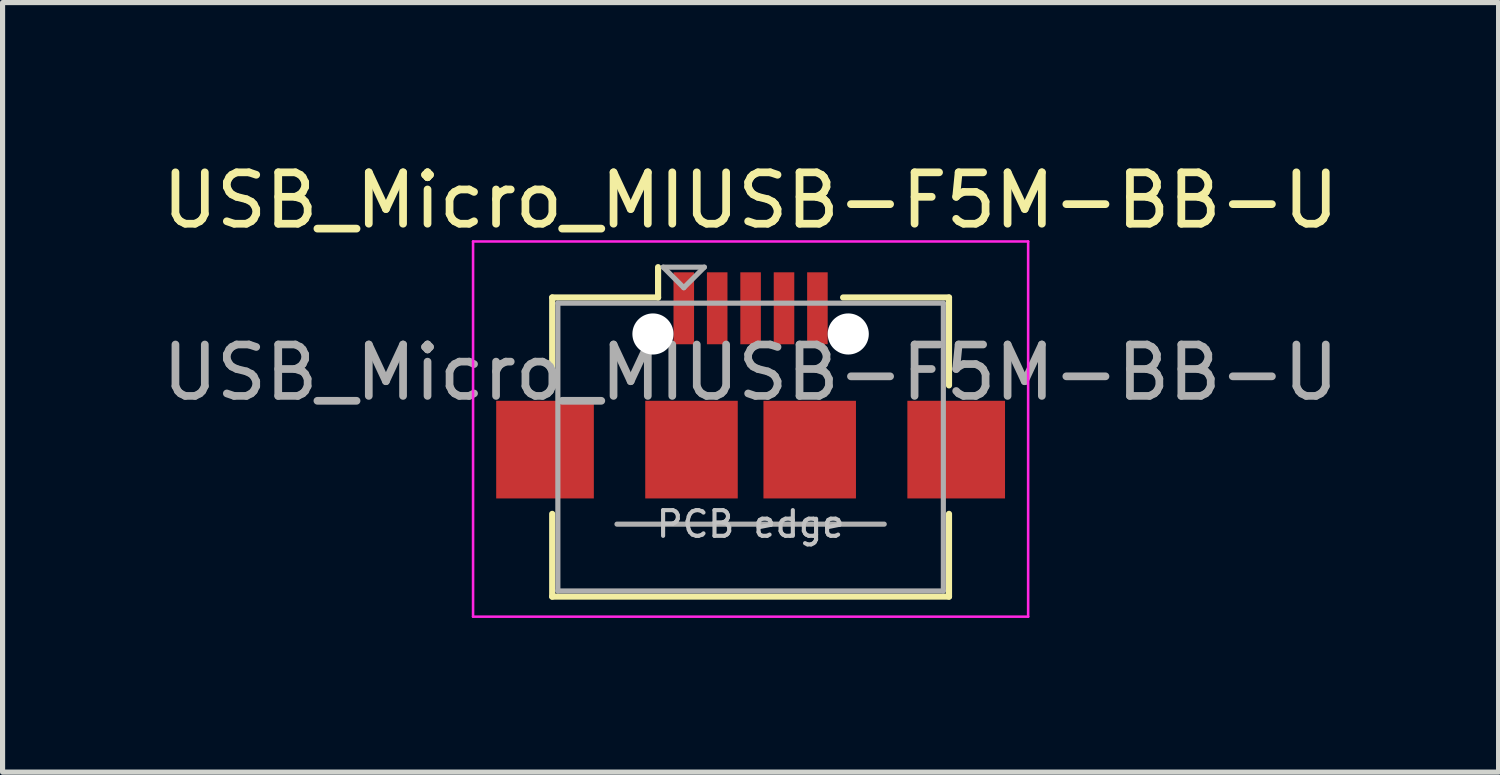
<source format=kicad_pcb>
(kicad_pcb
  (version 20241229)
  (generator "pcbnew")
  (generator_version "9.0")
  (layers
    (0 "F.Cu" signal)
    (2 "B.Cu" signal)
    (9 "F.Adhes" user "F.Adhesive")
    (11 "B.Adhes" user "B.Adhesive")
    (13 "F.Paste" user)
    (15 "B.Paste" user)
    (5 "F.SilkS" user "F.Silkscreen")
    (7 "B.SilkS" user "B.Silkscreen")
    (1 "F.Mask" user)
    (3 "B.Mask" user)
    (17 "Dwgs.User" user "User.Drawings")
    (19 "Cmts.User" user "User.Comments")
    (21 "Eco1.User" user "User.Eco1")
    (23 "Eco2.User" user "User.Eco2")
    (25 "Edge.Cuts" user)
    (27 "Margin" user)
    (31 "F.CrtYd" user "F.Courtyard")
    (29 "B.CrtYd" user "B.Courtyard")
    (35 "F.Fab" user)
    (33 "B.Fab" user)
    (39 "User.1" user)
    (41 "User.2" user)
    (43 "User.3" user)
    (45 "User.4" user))
  (footprint "USB_Micro_MIUSB-F5M-BB-U"
    (layer "F.Cu")
    (at 11.554 4.398)
    (property "Reference" "USB_Micro_MIUSB-F5M-BB-U" (at 0 -3.55 0) (layer "F.SilkS") (effects (font (size 1 1) (thickness 0.15))))
    (attr through_hole)
    (fp_line (start -3.86 -1.66) (end -1.8 -1.66) (stroke (width 0.12) (type solid)) (layer "F.SilkS"))
    (fp_line (start -3.86 0.05) (end -3.86 -1.66) (stroke (width 0.12) (type solid)) (layer "F.SilkS"))
    (fp_line (start -3.86 4.16) (end -3.86 2.55) (stroke (width 0.12) (type solid)) (layer "F.SilkS"))
    (fp_line (start -3.86 4.16) (end 3.86 4.16) (stroke (width 0.12) (type solid)) (layer "F.SilkS"))
    (fp_line (start -1.8 -1.66) (end -1.8 -2.25) (stroke (width 0.12) (type solid)) (layer "F.SilkS"))
    (fp_line (start 3.86 -1.66) (end 1.8 -1.66) (stroke (width 0.12) (type solid)) (layer "F.SilkS"))
    (fp_line (start 3.86 0.05) (end 3.86 -1.66) (stroke (width 0.12) (type solid)) (layer "F.SilkS"))
    (fp_line (start 3.86 4.16) (end 3.86 2.55) (stroke (width 0.12) (type solid)) (layer "F.SilkS"))
    (fp_line (start -5.4 -2.75) (end -5.4 4.55) (stroke (width 0.05) (type solid)) (layer "F.CrtYd"))
    (fp_line (start -5.4 4.55) (end 5.4 4.55) (stroke (width 0.05) (type solid)) (layer "F.CrtYd"))
    (fp_line (start 5.4 -2.75) (end -5.4 -2.75) (stroke (width 0.05) (type solid)) (layer "F.CrtYd"))
    (fp_line (start 5.4 4.55) (end 5.4 -2.75) (stroke (width 0.05) (type solid)) (layer "F.CrtYd"))
    (fp_line (start -3.75 -1.55) (end 3.75 -1.55) (stroke (width 0.1) (type solid)) (layer "F.Fab"))
    (fp_line (start -3.75 4.05) (end -3.75 -1.55) (stroke (width 0.1) (type solid)) (layer "F.Fab"))
    (fp_line (start -2.6 2.75) (end 2.6 2.75) (stroke (width 0.1) (type solid)) (layer "F.Fab"))
    (fp_line (start -1.7 -2.25) (end -1.3 -1.85) (stroke (width 0.1) (type solid)) (layer "F.Fab"))
    (fp_line (start -1.3 -1.85) (end -0.9 -2.25) (stroke (width 0.1) (type solid)) (layer "F.Fab"))
    (fp_line (start -0.9 -2.25) (end -1.7 -2.25) (stroke (width 0.1) (type solid)) (layer "F.Fab"))
    (fp_line (start 3.75 -1.55) (end 3.75 4.05) (stroke (width 0.1) (type solid)) (layer "F.Fab"))
    (fp_line (start 3.75 4.05) (end -3.75 4.05) (stroke (width 0.1) (type solid)) (layer "F.Fab"))
    (fp_text user "PCB edge" (at 0 2.75 0) (layer "Dwgs.User") (effects (font (size 0.5 0.5) (thickness 0.08))))
    (fp_text user "${REFERENCE}" (at 0 -0.2 0) (layer "F.Fab") (effects (font (size 1 1) (thickness 0.15))))
    (pad "" np_thru_hole circle (at -1.9 -0.95) (size 0.8 0.8) (drill 0.8) (layers "*.Cu" "*.Mask"))
    (pad "" np_thru_hole circle (at 1.9 -0.95) (size 0.8 0.8) (drill 0.8) (layers "*.Cu" "*.Mask"))
    (pad "1" smd rect (at -1.3 -1.45) (size 0.4 1.4) (layers "F.Cu" "F.Mask" "F.Paste"))
    (pad "2" smd rect (at -0.65 -1.45) (size 0.4 1.4) (layers "F.Cu" "F.Mask" "F.Paste"))
    (pad "3" smd rect (at 0 -1.45) (size 0.4 1.4) (layers "F.Cu" "F.Mask" "F.Paste"))
    (pad "4" smd rect (at 0.65 -1.45) (size 0.4 1.4) (layers "F.Cu" "F.Mask" "F.Paste"))
    (pad "5" smd rect (at 1.3 -1.45) (size 0.4 1.4) (layers "F.Cu" "F.Mask" "F.Paste"))
    (pad "6" smd rect (at -4 1.3) (size 1.9 1.9) (layers "F.Cu" "F.Mask" "F.Paste"))
    (pad "6" smd rect (at -1.15 1.3) (size 1.8 1.9) (layers "F.Cu" "F.Mask" "F.Paste"))
    (pad "6" smd rect (at 1.15 1.3) (size 1.8 1.9) (layers "F.Cu" "F.Mask" "F.Paste"))
    (pad "6" smd rect (at 4 1.3) (size 1.9 1.9) (layers "F.Cu" "F.Mask" "F.Paste")))
  (gr_rect
    (start -3 -3)
    (end 26.107 11.973)
    (stroke (width 0.1) (type default))
    (fill no)
    (layer "Edge.Cuts")))
</source>
